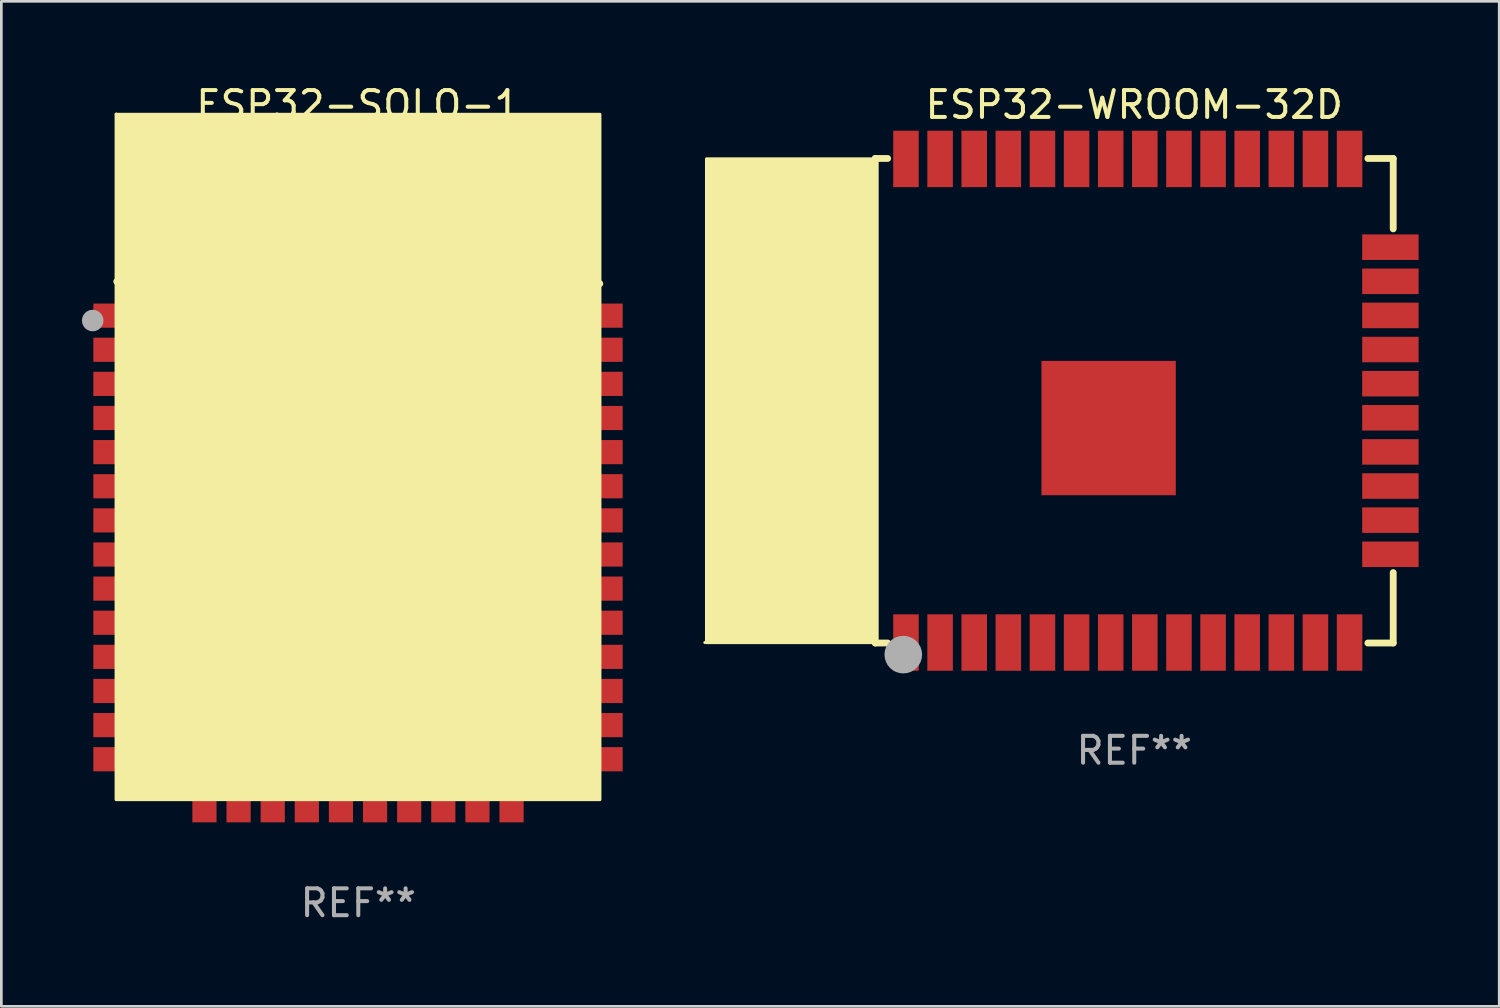
<source format=kicad_pcb>
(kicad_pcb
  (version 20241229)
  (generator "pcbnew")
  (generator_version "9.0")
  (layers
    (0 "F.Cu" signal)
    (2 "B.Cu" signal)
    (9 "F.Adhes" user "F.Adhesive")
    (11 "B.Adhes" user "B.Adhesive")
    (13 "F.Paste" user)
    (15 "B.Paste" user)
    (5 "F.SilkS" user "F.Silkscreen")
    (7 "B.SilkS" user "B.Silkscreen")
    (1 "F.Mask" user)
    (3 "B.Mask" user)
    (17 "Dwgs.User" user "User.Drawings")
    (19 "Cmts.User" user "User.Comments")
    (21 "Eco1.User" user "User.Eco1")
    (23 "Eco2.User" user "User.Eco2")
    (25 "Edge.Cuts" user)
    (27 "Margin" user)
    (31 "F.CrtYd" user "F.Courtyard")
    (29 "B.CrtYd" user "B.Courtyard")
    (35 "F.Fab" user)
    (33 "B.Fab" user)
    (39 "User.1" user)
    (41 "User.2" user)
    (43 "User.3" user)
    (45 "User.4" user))
  (footprint "ESP32-SOLO-1"
    (layer "F.Cu")
    (at 10.285 14.703)
    (property "Reference" "ESP32-SOLO-1" (at 0 -13.855 0) (layer "F.SilkS") (effects (font (size 1 1) (thickness 0.15))))
    (attr through_hole)
    (fp_line (start -8.99 -7.275) (end 8.99 -7.195) (stroke (width 0.254) (type solid)) (layer "F.SilkS"))
    (fp_line (start -7.63 -11.855) (end -5.09 -11.855) (stroke (width 0.254) (type solid)) (layer "F.SilkS"))
    (fp_line (start -7.63 -9.315) (end -7.63 -11.855) (stroke (width 0.254) (type solid)) (layer "F.SilkS"))
    (fp_line (start -5.09 -11.855) (end -5.09 -9.315) (stroke (width 0.254) (type solid)) (layer "F.SilkS"))
    (fp_line (start -5.09 -9.315) (end -2.55 -9.315) (stroke (width 0.254) (type solid)) (layer "F.SilkS"))
    (fp_line (start -2.55 -11.855) (end -0.01 -11.855) (stroke (width 0.254) (type solid)) (layer "F.SilkS"))
    (fp_line (start -2.55 -9.315) (end -2.55 -11.855) (stroke (width 0.254) (type solid)) (layer "F.SilkS"))
    (fp_line (start -0.01 -11.855) (end -0.01 -9.315) (stroke (width 0.254) (type solid)) (layer "F.SilkS"))
    (fp_line (start -0.01 -9.315) (end 2.53 -9.315) (stroke (width 0.254) (type solid)) (layer "F.SilkS"))
    (fp_line (start 2.53 -11.855) (end 6.34 -11.855) (stroke (width 0.254) (type solid)) (layer "F.SilkS"))
    (fp_line (start 2.53 -9.315) (end 2.53 -11.855) (stroke (width 0.254) (type solid)) (layer "F.SilkS"))
    (fp_line (start 5.07 -11.855) (end 5.07 -8.045) (stroke (width 0.254) (type solid)) (layer "F.SilkS"))
    (fp_line (start 6.34 -11.855) (end 7.61 -11.855) (stroke (width 0.254) (type solid)) (layer "F.SilkS"))
    (fp_line (start 7.61 -11.855) (end 7.61 -8.045) (stroke (width 0.254) (type solid)) (layer "F.SilkS"))
    (fp_circle (center -9.01 -13.505) (end -8.98 -13.505) (stroke (width 0.06) (type solid)) (fill no) (layer "F.SilkS"))
    (fp_poly (pts (xy -9.01 -13.495) (xy 8.99 -13.495) (xy 8.99 12.005) (xy -9.01 12.005)) (stroke (width 0.12) (type solid)) (fill yes) (layer "F.SilkS"))
    (fp_circle (center -9.885 -5.823) (end -9.685 -5.823) (stroke (width 0.4) (type solid)) (fill no) (layer "F.Fab"))
    (fp_text user "WIFI" (at 4.435 3.885 0) (layer "B.Mask") (effects (font (size 1 1) (thickness 0.15))))
    (fp_text user "REF**" (at 0 15.855 0) (layer "F.Fab") (effects (font (size 1 1) (thickness 0.15))))
    (pad "1" smd rect (at -8.86 -6.005) (size 2 0.9) (layers "F.Cu" "F.Mask" "F.Paste"))
    (pad "2" smd rect (at -8.86 -4.735) (size 2 0.9) (layers "F.Cu" "F.Mask" "F.Paste"))
    (pad "3" smd rect (at -8.86 -3.465) (size 2 0.9) (layers "F.Cu" "F.Mask" "F.Paste"))
    (pad "4" smd rect (at -8.86 -2.195) (size 2 0.9) (layers "F.Cu" "F.Mask" "F.Paste"))
    (pad "5" smd rect (at -8.86 -0.925) (size 2 0.9) (layers "F.Cu" "F.Mask" "F.Paste"))
    (pad "6" smd rect (at -8.86 0.345) (size 2 0.9) (layers "F.Cu" "F.Mask" "F.Paste"))
    (pad "7" smd rect (at -8.86 1.615) (size 2 0.9) (layers "F.Cu" "F.Mask" "F.Paste"))
    (pad "8" smd rect (at -8.86 2.885) (size 2 0.9) (layers "F.Cu" "F.Mask" "F.Paste"))
    (pad "9" smd rect (at -8.86 4.155) (size 2 0.9) (layers "F.Cu" "F.Mask" "F.Paste"))
    (pad "10" smd rect (at -8.86 5.425) (size 2 0.9) (layers "F.Cu" "F.Mask" "F.Paste"))
    (pad "11" smd rect (at -8.86 6.695) (size 2 0.9) (layers "F.Cu" "F.Mask" "F.Paste"))
    (pad "12" smd rect (at -8.86 7.965) (size 2 0.9) (layers "F.Cu" "F.Mask" "F.Paste"))
    (pad "13" smd rect (at -8.86 9.235) (size 2 0.9) (layers "F.Cu" "F.Mask" "F.Paste"))
    (pad "14" smd rect (at -8.86 10.505) (size 2 0.9) (layers "F.Cu" "F.Mask" "F.Paste"))
    (pad "15" smd rect (at -5.725 11.855) (size 0.9 2) (layers "F.Cu" "F.Mask" "F.Paste"))
    (pad "16" smd rect (at -4.455 11.855) (size 0.9 2) (layers "F.Cu" "F.Mask" "F.Paste"))
    (pad "17" smd rect (at -3.185 11.855) (size 0.9 2) (layers "F.Cu" "F.Mask" "F.Paste"))
    (pad "18" smd rect (at -1.915 11.855) (size 0.9 2) (layers "F.Cu" "F.Mask" "F.Paste"))
    (pad "19" smd rect (at -0.645 11.855) (size 0.9 2) (layers "F.Cu" "F.Mask" "F.Paste"))
    (pad "20" smd rect (at 0.625 11.855) (size 0.9 2) (layers "F.Cu" "F.Mask" "F.Paste"))
    (pad "21" smd rect (at 1.895 11.855) (size 0.9 2) (layers "F.Cu" "F.Mask" "F.Paste"))
    (pad "22" smd rect (at 3.165 11.855) (size 0.9 2) (layers "F.Cu" "F.Mask" "F.Paste"))
    (pad "23" smd rect (at 4.435 11.855) (size 0.9 2) (layers "F.Cu" "F.Mask" "F.Paste"))
    (pad "24" smd rect (at 5.705 11.855) (size 0.9 2) (layers "F.Cu" "F.Mask" "F.Paste"))
    (pad "25" smd rect (at 8.84 10.505) (size 2 0.9) (layers "F.Cu" "F.Mask" "F.Paste"))
    (pad "26" smd rect (at 8.84 9.235) (size 2 0.9) (layers "F.Cu" "F.Mask" "F.Paste"))
    (pad "27" smd rect (at 8.84 7.965) (size 2 0.9) (layers "F.Cu" "F.Mask" "F.Paste"))
    (pad "28" smd rect (at 8.84 6.695) (size 2 0.9) (layers "F.Cu" "F.Mask" "F.Paste"))
    (pad "29" smd rect (at 8.84 5.425) (size 2 0.9) (layers "F.Cu" "F.Mask" "F.Paste"))
    (pad "30" smd rect (at 8.84 4.155) (size 2 0.9) (layers "F.Cu" "F.Mask" "F.Paste"))
    (pad "31" smd rect (at 8.84 2.885) (size 2 0.9) (layers "F.Cu" "F.Mask" "F.Paste"))
    (pad "32" smd rect (at 8.84 1.615) (size 2 0.9) (layers "F.Cu" "F.Mask" "F.Paste"))
    (pad "33" smd rect (at 8.84 0.345) (size 2 0.9) (layers "F.Cu" "F.Mask" "F.Paste"))
    (pad "34" smd rect (at 8.84 -0.925) (size 2 0.9) (layers "F.Cu" "F.Mask" "F.Paste"))
    (pad "35" smd rect (at 8.84 -2.195) (size 2 0.9) (layers "F.Cu" "F.Mask" "F.Paste"))
    (pad "36" smd rect (at 8.84 -3.465) (size 2 0.9) (layers "F.Cu" "F.Mask" "F.Paste"))
    (pad "37" smd rect (at 8.84 -4.735) (size 2 0.9) (layers "F.Cu" "F.Mask" "F.Paste"))
    (pad "38" smd rect (at 8.84 -6.005) (size 2 0.9) (layers "F.Cu" "F.Mask" "F.Paste"))
    (pad "39" smd rect (at -1.01 1.495 180) (size 5 5) (layers "F.Cu" "F.Mask" "F.Paste")))
  (footprint "ESP32-WROOM-32D"
    (layer "F.Cu")
    (at 39.166 11.865)
    (property "Reference" "ESP32-WROOM-32D" (at 0 -11.017 0) (layer "F.SilkS") (effects (font (size 1 1) (thickness 0.15))))
    (attr through_hole)
    (fp_line (start -9.639 -9.017) (end -9.639 9.017) (stroke (width 0.254) (type solid)) (layer "F.SilkS"))
    (fp_line (start -9.639 9.017) (end -9.178 9.017) (stroke (width 0.254) (type solid)) (layer "F.SilkS"))
    (fp_line (start -9.178 -9.017) (end -9.639 -9.017) (stroke (width 0.254) (type solid)) (layer "F.SilkS"))
    (fp_line (start 8.695 9.017) (end 9.639 9.017) (stroke (width 0.254) (type solid)) (layer "F.SilkS"))
    (fp_line (start 9.639 -9.017) (end 8.695 -9.017) (stroke (width 0.254) (type solid)) (layer "F.SilkS"))
    (fp_line (start 9.639 -6.396) (end 9.639 -9.017) (stroke (width 0.254) (type solid)) (layer "F.SilkS"))
    (fp_line (start 9.639 9.017) (end 9.639 6.396) (stroke (width 0.254) (type solid)) (layer "F.SilkS"))
    (fp_circle (center -15.981 9) (end -15.951 9) (stroke (width 0.06) (type solid)) (fill no) (layer "F.SilkS"))
    (fp_poly (pts (xy -15.917 -9) (xy -9.617 -9) (xy -9.617 9) (xy -15.917 9)) (stroke (width 0.12) (type solid)) (fill yes) (layer "F.SilkS"))
    (fp_circle (center -8.596 9.45) (end -8.246 9.45) (stroke (width 0.7) (type solid)) (fill no) (layer "F.Fab"))
    (fp_text user "REF**" (at 0 13.017 0) (layer "F.Fab") (effects (font (size 1 1) (thickness 0.15))))
    (pad "1" smd rect (at -8.496 9) (size 0.95 2.1) (layers "F.Cu" "F.Mask" "F.Paste"))
    (pad "2" smd rect (at -7.226 9) (size 0.95 2.1) (layers "F.Cu" "F.Mask" "F.Paste"))
    (pad "3" smd rect (at -5.956 9) (size 0.95 2.1) (layers "F.Cu" "F.Mask" "F.Paste"))
    (pad "4" smd rect (at -4.686 9) (size 0.95 2.1) (layers "F.Cu" "F.Mask" "F.Paste"))
    (pad "5" smd rect (at -3.416 9) (size 0.95 2.1) (layers "F.Cu" "F.Mask" "F.Paste"))
    (pad "6" smd rect (at -2.146 9) (size 0.95 2.1) (layers "F.Cu" "F.Mask" "F.Paste"))
    (pad "7" smd rect (at -0.876 9) (size 0.95 2.1) (layers "F.Cu" "F.Mask" "F.Paste"))
    (pad "8" smd rect (at 0.394 9) (size 0.95 2.1) (layers "F.Cu" "F.Mask" "F.Paste"))
    (pad "9" smd rect (at 1.664 9) (size 0.95 2.1) (layers "F.Cu" "F.Mask" "F.Paste"))
    (pad "10" smd rect (at 2.934 9) (size 0.95 2.1) (layers "F.Cu" "F.Mask" "F.Paste"))
    (pad "11" smd rect (at 4.204 9) (size 0.95 2.1) (layers "F.Cu" "F.Mask" "F.Paste"))
    (pad "12" smd rect (at 5.474 9) (size 0.95 2.1) (layers "F.Cu" "F.Mask" "F.Paste"))
    (pad "13" smd rect (at 6.744 9) (size 0.95 2.1) (layers "F.Cu" "F.Mask" "F.Paste"))
    (pad "14" smd rect (at 8.014 9) (size 0.95 2.1) (layers "F.Cu" "F.Mask" "F.Paste"))
    (pad "15" smd rect (at 9.534 5.715) (size 2.1 0.95) (layers "F.Cu" "F.Mask" "F.Paste"))
    (pad "16" smd rect (at 9.534 4.445) (size 2.1 0.95) (layers "F.Cu" "F.Mask" "F.Paste"))
    (pad "17" smd rect (at 9.534 3.175) (size 2.1 0.95) (layers "F.Cu" "F.Mask" "F.Paste"))
    (pad "18" smd rect (at 9.534 1.905) (size 2.1 0.95) (layers "F.Cu" "F.Mask" "F.Paste"))
    (pad "19" smd rect (at 9.534 0.635) (size 2.1 0.95) (layers "F.Cu" "F.Mask" "F.Paste"))
    (pad "20" smd rect (at 9.534 -0.635) (size 2.1 0.95) (layers "F.Cu" "F.Mask" "F.Paste"))
    (pad "21" smd rect (at 9.534 -1.905) (size 2.1 0.95) (layers "F.Cu" "F.Mask" "F.Paste"))
    (pad "22" smd rect (at 9.534 -3.175) (size 2.1 0.95) (layers "F.Cu" "F.Mask" "F.Paste"))
    (pad "23" smd rect (at 9.534 -4.445) (size 2.1 0.95) (layers "F.Cu" "F.Mask" "F.Paste"))
    (pad "24" smd rect (at 9.534 -5.715) (size 2.1 0.95) (layers "F.Cu" "F.Mask" "F.Paste"))
    (pad "25" smd rect (at 8.014 -9) (size 0.95 2.1) (layers "F.Cu" "F.Mask" "F.Paste"))
    (pad "26" smd rect (at 6.744 -9) (size 0.95 2.1) (layers "F.Cu" "F.Mask" "F.Paste"))
    (pad "27" smd rect (at 5.474 -9) (size 0.95 2.1) (layers "F.Cu" "F.Mask" "F.Paste"))
    (pad "28" smd rect (at 4.204 -9) (size 0.95 2.1) (layers "F.Cu" "F.Mask" "F.Paste"))
    (pad "29" smd rect (at 2.934 -9) (size 0.95 2.1) (layers "F.Cu" "F.Mask" "F.Paste"))
    (pad "30" smd rect (at 1.664 -9) (size 0.95 2.1) (layers "F.Cu" "F.Mask" "F.Paste"))
    (pad "31" smd rect (at 0.394 -9) (size 0.95 2.1) (layers "F.Cu" "F.Mask" "F.Paste"))
    (pad "32" smd rect (at -0.876 -9) (size 0.95 2.1) (layers "F.Cu" "F.Mask" "F.Paste"))
    (pad "33" smd rect (at -2.146 -9) (size 0.95 2.1) (layers "F.Cu" "F.Mask" "F.Paste"))
    (pad "34" smd rect (at -3.416 -9) (size 0.95 2.1) (layers "F.Cu" "F.Mask" "F.Paste"))
    (pad "35" smd rect (at -4.686 -9) (size 0.95 2.1) (layers "F.Cu" "F.Mask" "F.Paste"))
    (pad "36" smd rect (at -5.956 -9) (size 0.95 2.1) (layers "F.Cu" "F.Mask" "F.Paste"))
    (pad "37" smd rect (at -7.226 -9) (size 0.95 2.1) (layers "F.Cu" "F.Mask" "F.Paste"))
    (pad "38" smd rect (at -8.496 -9) (size 0.95 2.1) (layers "F.Cu" "F.Mask" "F.Paste"))
    (pad "39" smd rect (at -0.953 1.017 90) (size 5 5) (layers "F.Cu" "F.Mask" "F.Paste")))
  (gr_rect
    (start -3 -3)
    (end 52.75 34.406)
    (stroke (width 0.1) (type default))
    (fill no)
    (layer "Edge.Cuts")))
</source>
